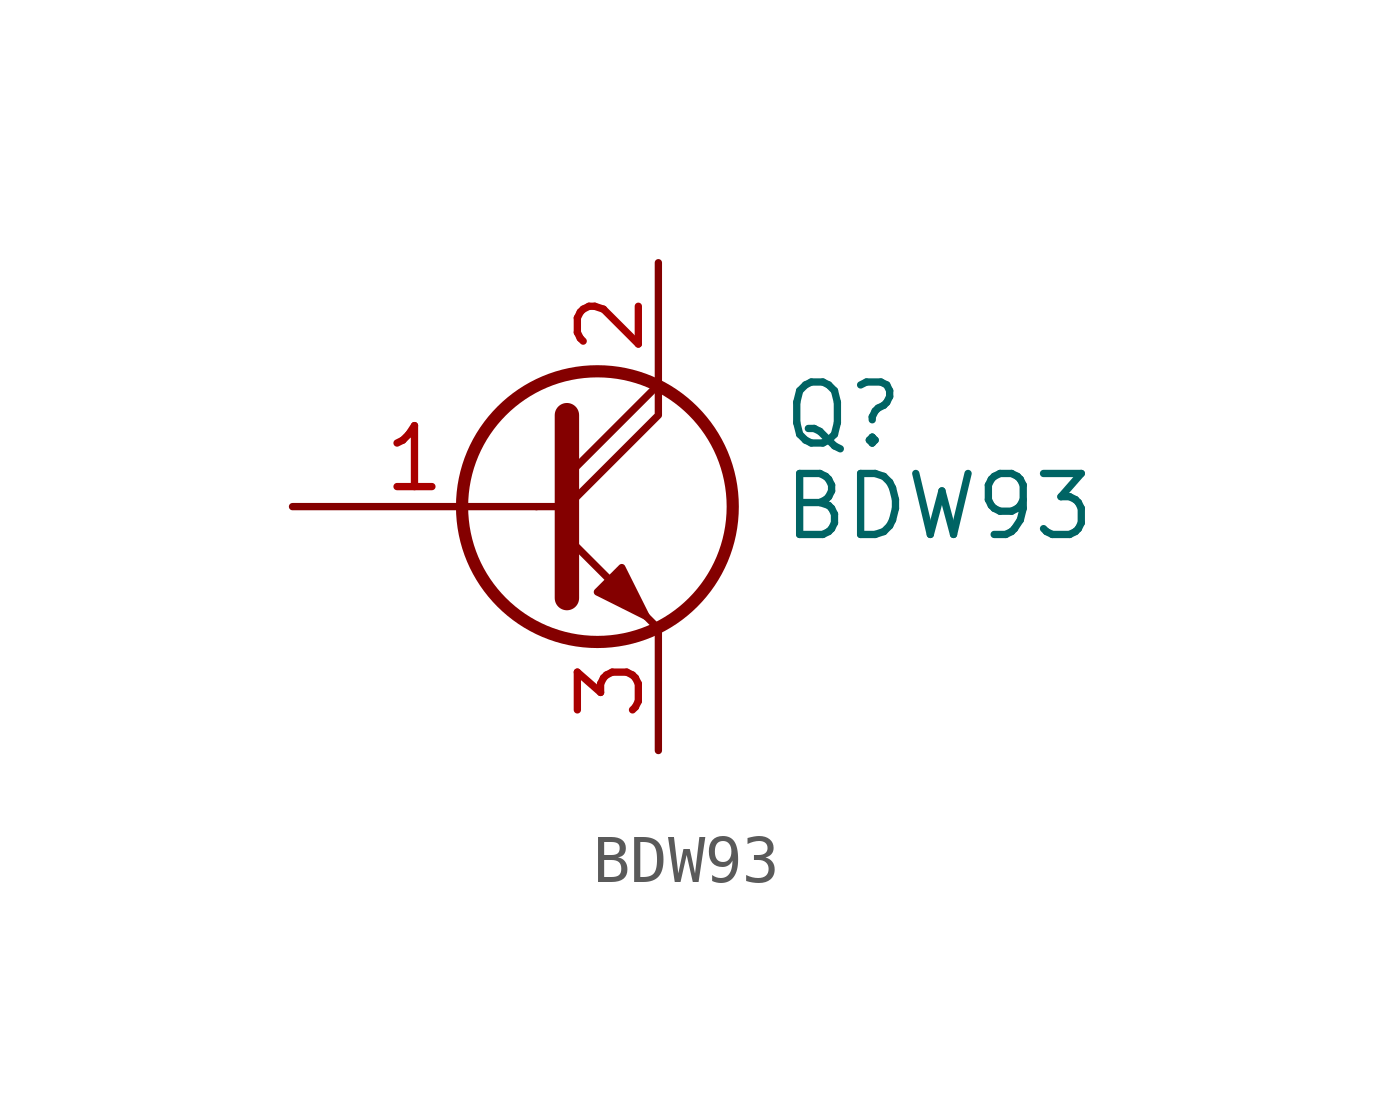
<source format=kicad_sym>
(kicad_symbol_lib
  (version 20201005)
  (generator kicad_symbol_editor)
  (symbol "BDW93"
    (pin_names
      (offset 0) hide)
    (property "Reference" "Q"
      (at 5.08 1.905 0)
      (effects (font (size 1.27 1.27)) (justify left)))
    (property "Value" "BDW93"
      (at 5.08 0 0)
      (effects (font (size 1.27 1.27)) (justify left)))
    (symbol "BDW93_0_1"
      (circle (center 1.27 0) (radius 2.819) (stroke (width 0.254)) (fill (type none)))
      (polyline (pts (xy 0.635 0.635) (xy 2.54 2.54)) (stroke (width 0)) (fill (type none)))
      (polyline (pts (xy 0.635 -0.635) (xy 2.54 -2.54) (xy 2.54 -2.54)) (stroke (width 0)) (fill (type none)))
      (polyline (pts (xy 0.635 0) (xy 2.54 1.905) (xy 2.54 2.54)) (stroke (width 0)) (fill (type none)))
      (polyline (pts (xy 0.635 1.905) (xy 0.635 -1.905) (xy 0.635 -1.905)) (stroke (width 0.508)) (fill (type none)))
      (polyline (pts (xy 1.27 -1.778) (xy 1.778 -1.27) (xy 2.286 -2.286) (xy 1.27 -1.778) (xy 1.27 -1.778)) (stroke (width 0)) (fill (type outline))))
    (symbol "BDW93_1_1"
      (polyline (pts (xy 0 0) (xy 0.508 0)) (stroke (width 0)) (fill (type none)))
      (pin input line (at -5.08 0 0) (length 5.08) (name "B" (effects (font (size 1.27 1.27)))) (number "1" (effects (font (size 1.27 1.27)))))
      (pin passive line (at 2.54 5.08 270) (length 2.54) (name "C" (effects (font (size 1.27 1.27)))) (number "2" (effects (font (size 1.27 1.27)))))
      (pin passive line (at 2.54 -5.08 90) (length 2.54) (name "E" (effects (font (size 1.27 1.27)))) (number "3" (effects (font (size 1.27 1.27))))))))
</source>
